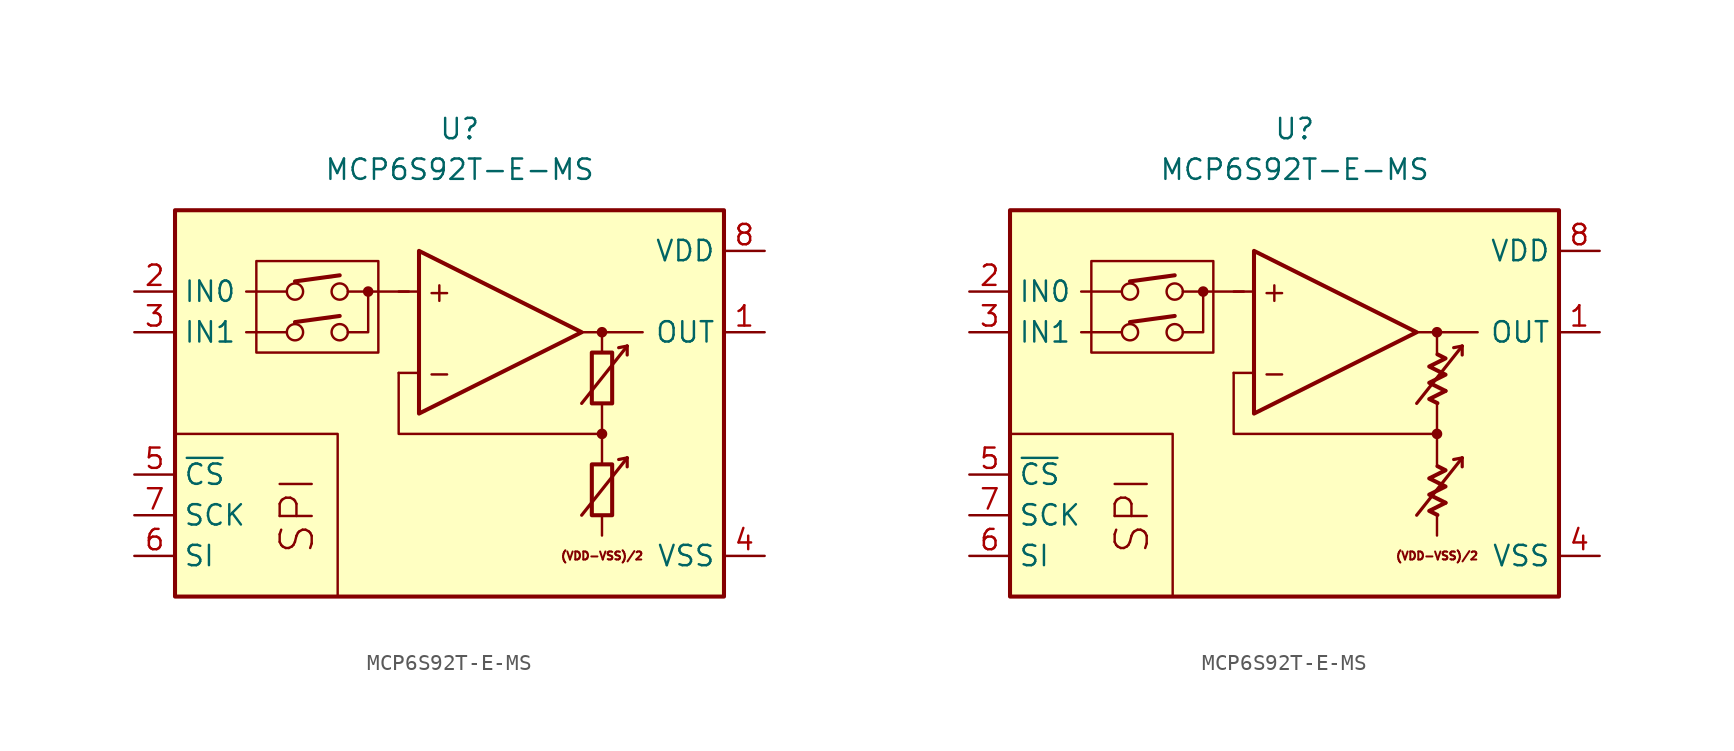
<source format=kicad_sym>
(kicad_symbol_lib
  (version 20231120)
  (generator "kicad_symbol_editor")
  (generator_version "8.0")
  (symbol "MCP6S92T-E-MS"
    (property "Reference" "U"
      (at 0 17.78 0)
      (effects (font (size 1.27 1.27))))
    (property "Value" "MCP6S92T-E-MS"
      (at 0 15.24 0)
      (effects (font (size 1.27 1.27))))
    (symbol "MCP6S92T-E-MS_0_0"
      (rectangle (start -17.78 12.7) (end 16.51 -11.43) (stroke (width 0.254) (type default)) (fill (type background)))
      (rectangle (start -12.7 9.525) (end -5.08 3.81) (stroke (width 0.152) (type default)) (fill (type none)))
      (circle (center -10.287 5.08) (radius 0.508) (stroke (width 0) (type default)) (fill (type none)))
      (circle (center -10.287 7.62) (radius 0.508) (stroke (width 0) (type default)) (fill (type none)))
      (circle (center -7.493 5.08) (radius 0.508) (stroke (width 0) (type default)) (fill (type none)))
      (circle (center -7.493 7.62) (radius 0.508) (stroke (width 0) (type default)) (fill (type none)))
      (circle (center -5.715 7.62) (radius 0.254) (stroke (width 0.152) (type default)) (fill (type outline)))
      (polyline (pts (xy 8.89 -3.81)) (stroke (width 0.152) (type default)) (fill (type none)))
      (polyline (pts (xy 8.89 -3.81)) (stroke (width 0.152) (type default)) (fill (type none)))
      (polyline (pts (xy 8.89 -3.175)) (stroke (width 0.152) (type default)) (fill (type none)))
      (polyline (pts (xy 8.89 3.175)) (stroke (width 0.152) (type default)) (fill (type none)))
      (polyline (pts (xy 8.89 3.81)) (stroke (width 0.152) (type default)) (fill (type none)))
      (polyline (pts (xy 8.89 3.81)) (stroke (width 0.152) (type default)) (fill (type none)))
      (polyline (pts (xy -10.795 5.08) (xy -13.335 5.08)) (stroke (width 0.152) (type default)) (fill (type none)))
      (polyline (pts (xy -10.795 7.62) (xy -13.335 7.62)) (stroke (width 0.152) (type default)) (fill (type none)))
      (polyline (pts (xy -10.287 5.715) (xy -7.493 6.096)) (stroke (width 0.254) (type default)) (fill (type none)))
      (polyline (pts (xy -10.287 8.255) (xy -7.493 8.636)) (stroke (width 0.254) (type default)) (fill (type none)))
      (polyline (pts (xy -3.175 7.62) (xy -6.985 7.62)) (stroke (width 0.152) (type default)) (fill (type none)))
      (polyline (pts (xy -2.54 2.54) (xy -3.81 2.54)) (stroke (width 0.152) (type default)) (fill (type none)))
      (polyline (pts (xy -2.54 7.62) (xy -3.81 7.62)) (stroke (width 0.152) (type default)) (fill (type none)))
      (polyline (pts (xy 7.62 5.08) (xy 11.43 5.08)) (stroke (width 0.152) (type default)) (fill (type none)))
      (polyline (pts (xy 8.89 -6.35) (xy 8.89 -7.62)) (stroke (width 0.152) (type default)) (fill (type none)))
      (polyline (pts (xy 8.89 -1.27) (xy 8.89 -3.175)) (stroke (width 0.152) (type default)) (fill (type none)))
      (polyline (pts (xy 8.89 0.635) (xy 8.89 -1.27)) (stroke (width 0.152) (type default)) (fill (type none)))
      (polyline (pts (xy 8.89 5.08) (xy 8.89 3.81)) (stroke (width 0.152) (type default)) (fill (type none)))
      (polyline (pts (xy -7.62 -11.43) (xy -7.62 -1.27) (xy -17.78 -1.27)) (stroke (width 0.152) (type default)) (fill (type none)))
      (polyline (pts (xy -6.985 5.08) (xy -5.715 5.08) (xy -5.715 7.62)) (stroke (width 0.152) (type default)) (fill (type none)))
      (polyline (pts (xy 8.89 -1.27) (xy -3.81 -1.27) (xy -3.81 2.54)) (stroke (width 0.152) (type default)) (fill (type none)))
      (circle (center 8.89 -1.27) (radius 0.254) (stroke (width 0.152) (type default)) (fill (type outline)))
      (circle (center 8.89 5.08) (radius 0.254) (stroke (width 0.152) (type default)) (fill (type outline)))
      (text "(VDD-VSS)/2" (at 8.89 -8.89 0) (effects (font (size 0.5 0.5))))
      (text "+" (at -1.27 7.62 0) (effects (font (size 1.27 1.27))))
      (text "-" (at -1.27 2.54 0) (effects (font (size 1.27 1.27))))
      (text "SPI" (at -10.16 -6.35 900) (effects (font (size 2 2)))))
    (symbol "MCP6S92T-E-MS_0_1"
      (rectangle (start 8.255 -3.175) (end 9.525 -6.35) (stroke (width 0.254) (type default)) (fill (type none)))
      (rectangle (start 8.255 3.81) (end 9.525 0.635) (stroke (width 0.254) (type default)) (fill (type none))))
    (symbol "MCP6S92T-E-MS_0_2"
      (polyline (pts (xy 9.422 -5.572) (xy 8.406 -6.08) (xy 8.915 -6.333)) (stroke (width 0.254) (type default)) (fill (type none)))
      (polyline (pts (xy 9.422 1.413) (xy 8.406 0.905) (xy 8.915 0.651)) (stroke (width 0.254) (type default)) (fill (type none)))
      (polyline (pts (xy 8.915 -3.285) (xy 9.422 -3.539) (xy 8.406 -4.048) (xy 9.422 -4.556) (xy 8.406 -5.064) (xy 9.422 -5.572)) (stroke (width 0.254) (type default)) (fill (type none)))
      (polyline (pts (xy 8.915 3.7) (xy 9.422 3.446) (xy 8.406 2.938) (xy 9.422 2.429) (xy 8.406 1.921) (xy 9.422 1.413)) (stroke (width 0.254) (type default)) (fill (type none))))
    (symbol "MCP6S92T-E-MS_1_0"
      (polyline (pts (xy 10.465 -2.769) (xy 9.931 -2.87)) (stroke (width 0.2) (type default)) (fill (type none)))
      (polyline (pts (xy 10.465 -2.769) (xy 10.465 -3.327)) (stroke (width 0.2) (type default)) (fill (type none)))
      (polyline (pts (xy 10.465 4.216) (xy 9.931 4.115)) (stroke (width 0.2) (type default)) (fill (type none)))
      (polyline (pts (xy 10.465 4.216) (xy 10.465 3.658)) (stroke (width 0.2) (type default)) (fill (type none)))
      (polyline (pts (xy -2.54 10.16) (xy -2.54 0) (xy 7.62 5.08) (xy -2.54 10.16)) (stroke (width 0.254) (type default)) (fill (type background)))
      (polyline (pts (xy 7.62 -6.35) (xy 10.465 -2.769) (xy 10.465 -2.769) (xy 10.465 -2.769)) (stroke (width 0.2) (type default)) (fill (type none)))
      (polyline (pts (xy 7.62 0.635) (xy 10.465 4.216) (xy 10.465 4.216) (xy 10.465 4.216)) (stroke (width 0.2) (type default)) (fill (type none))))
    (symbol "MCP6S92T-E-MS_1_1"
      (pin output line (at 19.05 5.08 180) (length 2.54) (name "OUT" (effects (font (size 1.27 1.27)))) (number "1" (effects (font (size 1.27 1.27)))))
      (pin input line (at -20.32 7.62 0) (length 2.54) (name "IN0" (effects (font (size 1.27 1.27)))) (number "2" (effects (font (size 1.27 1.27)))))
      (pin input line (at -20.32 5.08 0) (length 2.54) (name "IN1" (effects (font (size 1.27 1.27)))) (number "3" (effects (font (size 1.27 1.27)))))
      (pin power_in line (at 19.05 -8.89 180) (length 2.54) (name "VSS" (effects (font (size 1.27 1.27)))) (number "4" (effects (font (size 1.27 1.27)))))
      (pin input line (at -20.32 -3.81 0) (length 2.54) (name "~{CS}" (effects (font (size 1.27 1.27)))) (number "5" (effects (font (size 1.27 1.27)))))
      (pin input line (at -20.32 -8.89 0) (length 2.54) (name "SI" (effects (font (size 1.27 1.27)))) (number "6" (effects (font (size 1.27 1.27)))))
      (pin input line (at -20.32 -6.35 0) (length 2.54) (name "SCK" (effects (font (size 1.27 1.27)))) (number "7" (effects (font (size 1.27 1.27)))))
      (pin power_in line (at 19.05 10.16 180) (length 2.54) (name "VDD" (effects (font (size 1.27 1.27)))) (number "8" (effects (font (size 1.27 1.27))))))
    (symbol "MCP6S92T-E-MS_1_2"
      (pin output line (at 19.05 5.08 180) (length 2.54) (name "OUT" (effects (font (size 1.27 1.27)))) (number "1" (effects (font (size 1.27 1.27)))))
      (pin input line (at -20.32 7.62 0) (length 2.54) (name "IN0" (effects (font (size 1.27 1.27)))) (number "2" (effects (font (size 1.27 1.27)))))
      (pin input line (at -20.32 5.08 0) (length 2.54) (name "IN1" (effects (font (size 1.27 1.27)))) (number "3" (effects (font (size 1.27 1.27)))))
      (pin power_in line (at 19.05 -8.89 180) (length 2.54) (name "VSS" (effects (font (size 1.27 1.27)))) (number "4" (effects (font (size 1.27 1.27)))))
      (pin input line (at -20.32 -3.81 0) (length 2.54) (name "~{CS}" (effects (font (size 1.27 1.27)))) (number "5" (effects (font (size 1.27 1.27)))))
      (pin input line (at -20.32 -8.89 0) (length 2.54) (name "SI" (effects (font (size 1.27 1.27)))) (number "6" (effects (font (size 1.27 1.27)))))
      (pin input line (at -20.32 -6.35 0) (length 2.54) (name "SCK" (effects (font (size 1.27 1.27)))) (number "7" (effects (font (size 1.27 1.27)))))
      (pin power_in line (at 19.05 10.16 180) (length 2.54) (name "VDD" (effects (font (size 1.27 1.27)))) (number "8" (effects (font (size 1.27 1.27))))))))
</source>
